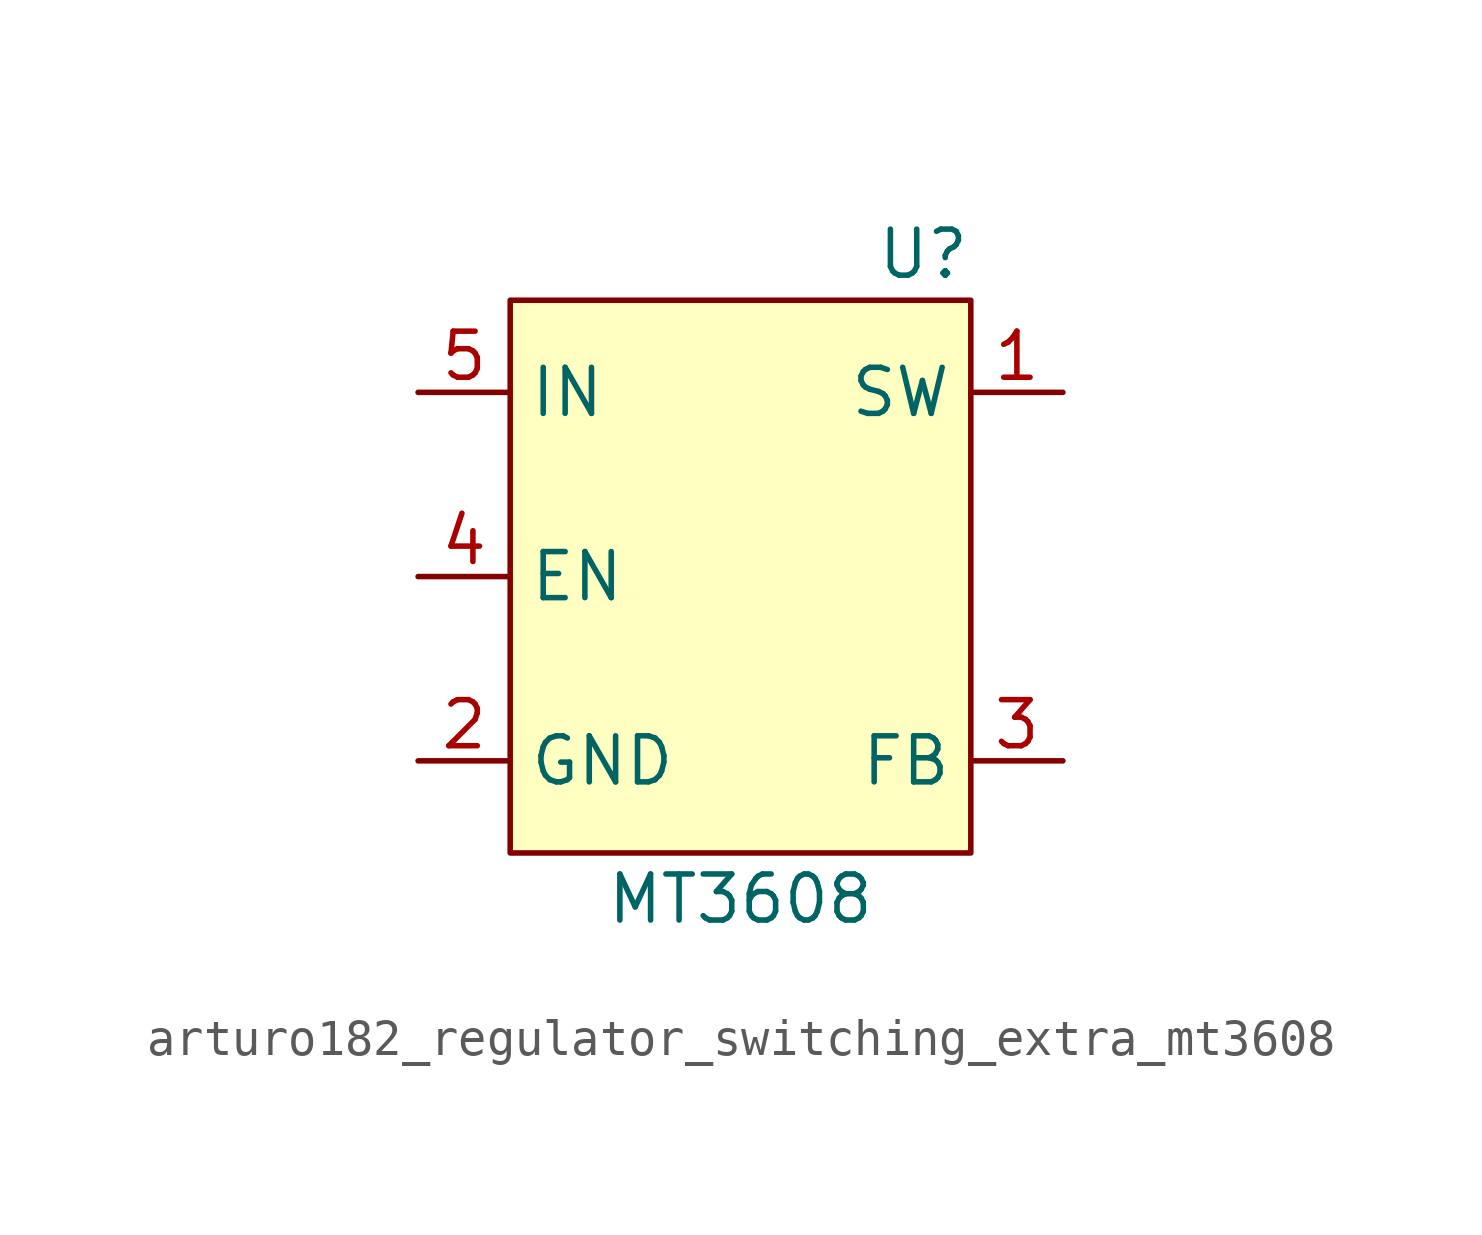
<source format=kicad_sym>
(kicad_symbol_lib
  (version 20220914)
  (generator kicad_symbol_editor)
  (symbol "Regulator_Switching_Extra:arturo182_regulator_switching_extra_mt3608"
    (property "Reference" "U"
      (at 6.35 8.89 0)
      (effects (font (size 1.27 1.27)) (justify right)))
    (property "Value" "MT3608"
      (at 0 -8.89 0)
      (effects (font (size 1.27 1.27))))
    (symbol "arturo182_regulator_switching_extra_mt3608_0_1"
      (rectangle (start -6.35 7.62) (end 6.35 -7.62) (stroke (width 0)) (fill (type background))))
    (symbol "arturo182_regulator_switching_extra_mt3608_1_1"
      (pin power_out line (at 8.89 5.08 180) (length 2.54) (name "SW" (effects (font (size 1.27 1.27)))) (number "1" (effects (font (size 1.27 1.27)))))
      (pin power_in line (at -8.89 -5.08 0) (length 2.54) (name "GND" (effects (font (size 1.27 1.27)))) (number "2" (effects (font (size 1.27 1.27)))))
      (pin input line (at 8.89 -5.08 180) (length 2.54) (name "FB" (effects (font (size 1.27 1.27)))) (number "3" (effects (font (size 1.27 1.27)))))
      (pin input line (at -8.89 0 0) (length 2.54) (name "EN" (effects (font (size 1.27 1.27)))) (number "4" (effects (font (size 1.27 1.27)))))
      (pin power_in line (at -8.89 5.08 0) (length 2.54) (name "IN" (effects (font (size 1.27 1.27)))) (number "5" (effects (font (size 1.27 1.27))))))))
</source>
